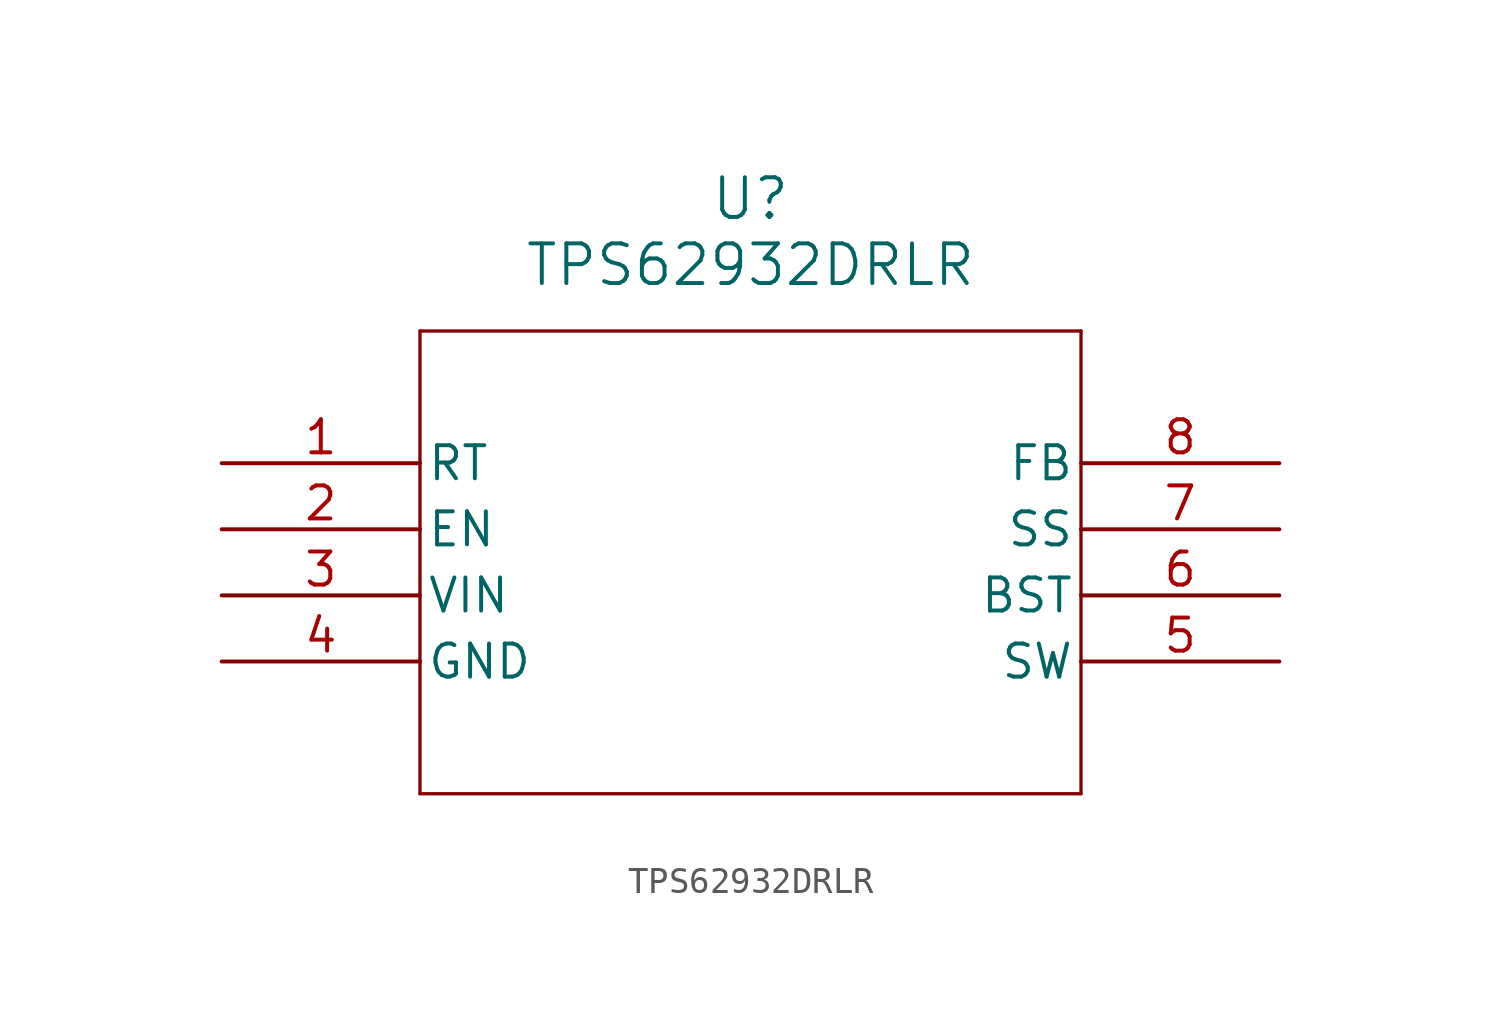
<source format=kicad_sym>
(kicad_symbol_lib
  (version 20211014)
  (generator kicad_symbol_editor)
  (symbol "TPS62932DRLR"
    (pin_names
      (offset 0.254))
    (property "Reference" "U"
      (at 20.32 10.16 0)
      (effects (font (size 1.524 1.524))))
    (property "Value" "TPS62932DRLR"
      (at 20.32 7.62 0)
      (effects (font (size 1.524 1.524))))
    (symbol "TPS62932DRLR_0_1"
      (polyline (pts (xy 7.62 5.08) (xy 7.62 -12.7)) (stroke (width 0.127) (type default) (color 0 0 0 0)) (fill (type none)))
      (polyline (pts (xy 7.62 -12.7) (xy 33.02 -12.7)) (stroke (width 0.127) (type default) (color 0 0 0 0)) (fill (type none)))
      (polyline (pts (xy 33.02 -12.7) (xy 33.02 5.08)) (stroke (width 0.127) (type default) (color 0 0 0 0)) (fill (type none)))
      (polyline (pts (xy 33.02 5.08) (xy 7.62 5.08)) (stroke (width 0.127) (type default) (color 0 0 0 0)) (fill (type none)))
      (pin unspecified line (at 0 0 0) (length 7.62) (name "RT" (effects (font (size 1.27 1.27)))) (number "1" (effects (font (size 1.27 1.27)))))
      (pin unspecified line (at 0 -2.54 0) (length 7.62) (name "EN" (effects (font (size 1.27 1.27)))) (number "2" (effects (font (size 1.27 1.27)))))
      (pin power_in line (at 0 -5.08 0) (length 7.62) (name "VIN" (effects (font (size 1.27 1.27)))) (number "3" (effects (font (size 1.27 1.27)))))
      (pin power_out line (at 0 -7.62 0) (length 7.62) (name "GND" (effects (font (size 1.27 1.27)))) (number "4" (effects (font (size 1.27 1.27)))))
      (pin power_in line (at 40.64 -7.62 180) (length 7.62) (name "SW" (effects (font (size 1.27 1.27)))) (number "5" (effects (font (size 1.27 1.27)))))
      (pin power_in line (at 40.64 -5.08 180) (length 7.62) (name "BST" (effects (font (size 1.27 1.27)))) (number "6" (effects (font (size 1.27 1.27)))))
      (pin unspecified line (at 40.64 -2.54 180) (length 7.62) (name "SS" (effects (font (size 1.27 1.27)))) (number "7" (effects (font (size 1.27 1.27)))))
      (pin unspecified line (at 40.64 0 180) (length 7.62) (name "FB" (effects (font (size 1.27 1.27)))) (number "8" (effects (font (size 1.27 1.27))))))))
</source>
